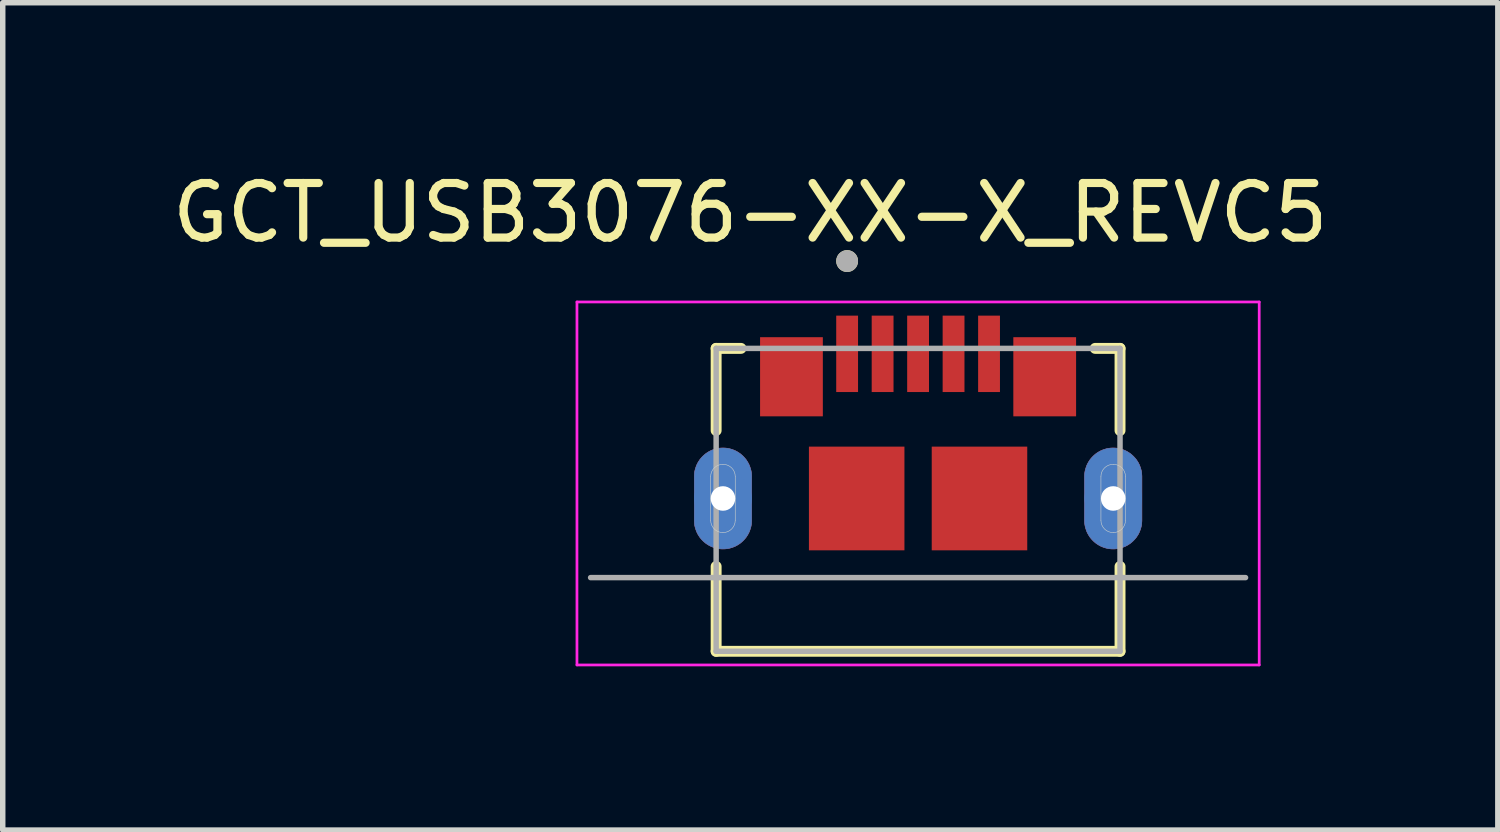
<source format=kicad_pcb>
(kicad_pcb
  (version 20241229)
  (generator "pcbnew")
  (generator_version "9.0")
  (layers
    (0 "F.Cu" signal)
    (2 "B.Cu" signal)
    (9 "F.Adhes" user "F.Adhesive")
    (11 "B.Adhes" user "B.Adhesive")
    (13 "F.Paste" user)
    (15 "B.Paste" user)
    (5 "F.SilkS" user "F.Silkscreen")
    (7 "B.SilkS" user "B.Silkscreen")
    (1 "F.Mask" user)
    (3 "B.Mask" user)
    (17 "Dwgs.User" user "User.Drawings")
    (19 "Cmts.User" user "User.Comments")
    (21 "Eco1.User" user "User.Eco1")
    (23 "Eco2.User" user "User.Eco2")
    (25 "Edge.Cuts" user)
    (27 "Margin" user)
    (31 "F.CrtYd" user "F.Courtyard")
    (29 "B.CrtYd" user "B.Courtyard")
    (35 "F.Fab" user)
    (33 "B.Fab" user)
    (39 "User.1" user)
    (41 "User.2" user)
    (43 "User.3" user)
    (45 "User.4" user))
  (footprint "GCT_USB3076-XX-X_REVC5"
    (layer "F.Cu")
    (at 13.771 6.083)
    (property "Reference" "GCT_USB3076-XX-X_REVC5" (at -3.075 -5.235 0) (layer "F.SilkS") (effects (font (size 1 1) (thickness 0.15))))
    (attr smd)
    (fp_poly (pts (xy -4.1 0) (xy -4.1 -0.4) (xy -4.099 -0.427) (xy -4.097 -0.455) (xy -4.094 -0.482) (xy -4.089 -0.509) (xy -4.082 -0.536) (xy -4.074 -0.562) (xy -4.065 -0.588) (xy -4.055 -0.614) (xy -4.043 -0.638) (xy -4.03 -0.663) (xy -4.015 -0.686) (xy -4 -0.709) (xy -3.983 -0.73) (xy -3.965 -0.751) (xy -3.946 -0.771) (xy -3.926 -0.79) (xy -3.905 -0.808) (xy -3.884 -0.825) (xy -3.861 -0.84) (xy -3.837 -0.855) (xy -3.813 -0.868) (xy -3.789 -0.88) (xy -3.763 -0.89) (xy -3.737 -0.899) (xy -3.711 -0.907) (xy -3.684 -0.914) (xy -3.657 -0.919) (xy -3.63 -0.922) (xy -3.602 -0.924) (xy -3.575 -0.925) (xy -3.548 -0.924) (xy -3.52 -0.922) (xy -3.493 -0.919) (xy -3.466 -0.914) (xy -3.439 -0.907) (xy -3.413 -0.899) (xy -3.387 -0.89) (xy -3.361 -0.88) (xy -3.337 -0.868) (xy -3.313 -0.855) (xy -3.289 -0.84) (xy -3.266 -0.825) (xy -3.245 -0.808) (xy -3.224 -0.79) (xy -3.204 -0.771) (xy -3.185 -0.751) (xy -3.167 -0.73) (xy -3.15 -0.709) (xy -3.135 -0.686) (xy -3.12 -0.662) (xy -3.107 -0.638) (xy -3.095 -0.614) (xy -3.085 -0.588) (xy -3.076 -0.562) (xy -3.068 -0.536) (xy -3.061 -0.509) (xy -3.056 -0.482) (xy -3.053 -0.455) (xy -3.051 -0.427) (xy -3.05 -0.4) (xy -3.05 0) (xy -3.05 0.4) (xy -3.051 0.427) (xy -3.053 0.455) (xy -3.056 0.482) (xy -3.061 0.509) (xy -3.068 0.536) (xy -3.076 0.562) (xy -3.085 0.588) (xy -3.095 0.614) (xy -3.107 0.638) (xy -3.12 0.662) (xy -3.135 0.686) (xy -3.15 0.709) (xy -3.167 0.73) (xy -3.185 0.751) (xy -3.204 0.771) (xy -3.224 0.79) (xy -3.245 0.808) (xy -3.266 0.825) (xy -3.289 0.84) (xy -3.313 0.855) (xy -3.337 0.868) (xy -3.361 0.88) (xy -3.387 0.89) (xy -3.413 0.899) (xy -3.439 0.907) (xy -3.466 0.914) (xy -3.493 0.919) (xy -3.52 0.922) (xy -3.548 0.924) (xy -3.575 0.925) (xy -3.602 0.924) (xy -3.63 0.922) (xy -3.657 0.919) (xy -3.684 0.914) (xy -3.711 0.907) (xy -3.737 0.899) (xy -3.763 0.89) (xy -3.789 0.88) (xy -3.813 0.868) (xy -3.837 0.855) (xy -3.861 0.84) (xy -3.884 0.825) (xy -3.905 0.808) (xy -3.926 0.79) (xy -3.946 0.771) (xy -3.965 0.751) (xy -3.983 0.73) (xy -4 0.709) (xy -4.015 0.686) (xy -4.03 0.663) (xy -4.043 0.638) (xy -4.055 0.614) (xy -4.065 0.588) (xy -4.074 0.562) (xy -4.082 0.536) (xy -4.089 0.509) (xy -4.094 0.482) (xy -4.097 0.455) (xy -4.099 0.427) (xy -4.1 0.4) (xy -4.1 0)) (stroke (width 0.01) (type solid)) (fill yes) (layer "F.Cu"))
    (fp_poly (pts (xy 3.05 0) (xy 3.05 -0.4) (xy 3.051 -0.427) (xy 3.053 -0.455) (xy 3.056 -0.482) (xy 3.061 -0.509) (xy 3.068 -0.536) (xy 3.076 -0.562) (xy 3.085 -0.588) (xy 3.095 -0.614) (xy 3.107 -0.638) (xy 3.12 -0.662) (xy 3.135 -0.686) (xy 3.15 -0.709) (xy 3.167 -0.73) (xy 3.185 -0.751) (xy 3.204 -0.771) (xy 3.224 -0.79) (xy 3.245 -0.808) (xy 3.266 -0.825) (xy 3.289 -0.84) (xy 3.313 -0.855) (xy 3.337 -0.868) (xy 3.361 -0.88) (xy 3.387 -0.89) (xy 3.413 -0.899) (xy 3.439 -0.907) (xy 3.466 -0.914) (xy 3.493 -0.919) (xy 3.52 -0.922) (xy 3.548 -0.924) (xy 3.575 -0.925) (xy 3.602 -0.924) (xy 3.63 -0.922) (xy 3.657 -0.919) (xy 3.684 -0.914) (xy 3.711 -0.907) (xy 3.737 -0.899) (xy 3.763 -0.89) (xy 3.789 -0.88) (xy 3.813 -0.868) (xy 3.837 -0.855) (xy 3.861 -0.84) (xy 3.884 -0.825) (xy 3.905 -0.808) (xy 3.926 -0.79) (xy 3.946 -0.771) (xy 3.965 -0.751) (xy 3.983 -0.73) (xy 4 -0.709) (xy 4.015 -0.686) (xy 4.03 -0.663) (xy 4.043 -0.638) (xy 4.055 -0.614) (xy 4.065 -0.588) (xy 4.074 -0.562) (xy 4.082 -0.536) (xy 4.089 -0.509) (xy 4.094 -0.482) (xy 4.097 -0.455) (xy 4.099 -0.427) (xy 4.1 -0.4) (xy 4.1 0) (xy 4.1 0.4) (xy 4.099 0.427) (xy 4.097 0.455) (xy 4.094 0.482) (xy 4.089 0.509) (xy 4.082 0.536) (xy 4.074 0.562) (xy 4.065 0.588) (xy 4.055 0.614) (xy 4.043 0.638) (xy 4.03 0.663) (xy 4.015 0.686) (xy 4 0.709) (xy 3.983 0.73) (xy 3.965 0.751) (xy 3.946 0.771) (xy 3.926 0.79) (xy 3.905 0.808) (xy 3.884 0.825) (xy 3.861 0.84) (xy 3.837 0.855) (xy 3.813 0.868) (xy 3.789 0.88) (xy 3.763 0.89) (xy 3.737 0.899) (xy 3.711 0.907) (xy 3.684 0.914) (xy 3.657 0.919) (xy 3.63 0.922) (xy 3.602 0.924) (xy 3.575 0.925) (xy 3.548 0.924) (xy 3.52 0.922) (xy 3.493 0.919) (xy 3.466 0.914) (xy 3.439 0.907) (xy 3.413 0.899) (xy 3.387 0.89) (xy 3.361 0.88) (xy 3.337 0.868) (xy 3.313 0.855) (xy 3.289 0.84) (xy 3.266 0.825) (xy 3.245 0.808) (xy 3.224 0.79) (xy 3.204 0.771) (xy 3.185 0.751) (xy 3.167 0.73) (xy 3.15 0.709) (xy 3.135 0.686) (xy 3.12 0.662) (xy 3.107 0.638) (xy 3.095 0.614) (xy 3.085 0.588) (xy 3.076 0.562) (xy 3.068 0.536) (xy 3.061 0.509) (xy 3.056 0.482) (xy 3.053 0.455) (xy 3.051 0.427) (xy 3.05 0.4) (xy 3.05 0)) (stroke (width 0.01) (type solid)) (fill yes) (layer "F.Cu"))
    (fp_poly (pts (xy -4.2 0) (xy -4.2 -0.4) (xy -4.199 -0.433) (xy -4.197 -0.465) (xy -4.192 -0.498) (xy -4.186 -0.53) (xy -4.179 -0.562) (xy -4.169 -0.593) (xy -4.158 -0.624) (xy -4.146 -0.654) (xy -4.132 -0.684) (xy -4.116 -0.712) (xy -4.099 -0.74) (xy -4.081 -0.767) (xy -4.061 -0.793) (xy -4.039 -0.818) (xy -4.017 -0.842) (xy -3.993 -0.864) (xy -3.968 -0.886) (xy -3.942 -0.906) (xy -3.915 -0.924) (xy -3.888 -0.941) (xy -3.859 -0.957) (xy -3.829 -0.971) (xy -3.799 -0.983) (xy -3.768 -0.994) (xy -3.737 -1.004) (xy -3.705 -1.011) (xy -3.673 -1.017) (xy -3.64 -1.022) (xy -3.608 -1.024) (xy -3.575 -1.025) (xy -3.542 -1.024) (xy -3.51 -1.022) (xy -3.477 -1.017) (xy -3.445 -1.011) (xy -3.413 -1.004) (xy -3.382 -0.994) (xy -3.351 -0.983) (xy -3.321 -0.971) (xy -3.291 -0.957) (xy -3.263 -0.941) (xy -3.235 -0.924) (xy -3.208 -0.906) (xy -3.182 -0.886) (xy -3.157 -0.864) (xy -3.133 -0.842) (xy -3.111 -0.818) (xy -3.089 -0.793) (xy -3.069 -0.767) (xy -3.051 -0.74) (xy -3.034 -0.712) (xy -3.018 -0.684) (xy -3.004 -0.654) (xy -2.992 -0.624) (xy -2.981 -0.593) (xy -2.971 -0.562) (xy -2.964 -0.53) (xy -2.958 -0.498) (xy -2.953 -0.465) (xy -2.951 -0.433) (xy -2.95 -0.4) (xy -2.95 0) (xy -2.95 0.4) (xy -2.951 0.433) (xy -2.953 0.465) (xy -2.958 0.498) (xy -2.964 0.53) (xy -2.971 0.562) (xy -2.981 0.593) (xy -2.992 0.624) (xy -3.004 0.654) (xy -3.018 0.684) (xy -3.034 0.712) (xy -3.051 0.74) (xy -3.069 0.767) (xy -3.089 0.793) (xy -3.111 0.818) (xy -3.133 0.842) (xy -3.157 0.864) (xy -3.182 0.886) (xy -3.208 0.906) (xy -3.235 0.924) (xy -3.263 0.941) (xy -3.291 0.957) (xy -3.321 0.971) (xy -3.351 0.983) (xy -3.382 0.994) (xy -3.413 1.004) (xy -3.445 1.011) (xy -3.477 1.017) (xy -3.51 1.022) (xy -3.542 1.024) (xy -3.575 1.025) (xy -3.608 1.024) (xy -3.64 1.022) (xy -3.673 1.017) (xy -3.705 1.011) (xy -3.737 1.004) (xy -3.768 0.994) (xy -3.799 0.983) (xy -3.829 0.971) (xy -3.859 0.957) (xy -3.888 0.941) (xy -3.915 0.924) (xy -3.942 0.906) (xy -3.968 0.886) (xy -3.993 0.864) (xy -4.017 0.842) (xy -4.039 0.818) (xy -4.061 0.793) (xy -4.081 0.767) (xy -4.099 0.74) (xy -4.116 0.712) (xy -4.132 0.684) (xy -4.146 0.654) (xy -4.158 0.624) (xy -4.169 0.593) (xy -4.179 0.562) (xy -4.186 0.53) (xy -4.192 0.498) (xy -4.197 0.465) (xy -4.199 0.433) (xy -4.2 0.4) (xy -4.2 0)) (stroke (width 0.01) (type solid)) (fill yes) (layer "F.Mask"))
    (fp_poly (pts (xy 2.95 0) (xy 2.95 -0.4) (xy 2.951 -0.433) (xy 2.953 -0.465) (xy 2.958 -0.498) (xy 2.964 -0.53) (xy 2.971 -0.562) (xy 2.981 -0.593) (xy 2.992 -0.624) (xy 3.004 -0.654) (xy 3.018 -0.684) (xy 3.034 -0.712) (xy 3.051 -0.74) (xy 3.069 -0.767) (xy 3.089 -0.793) (xy 3.111 -0.818) (xy 3.133 -0.842) (xy 3.157 -0.864) (xy 3.182 -0.886) (xy 3.208 -0.906) (xy 3.235 -0.924) (xy 3.263 -0.941) (xy 3.291 -0.957) (xy 3.321 -0.971) (xy 3.351 -0.983) (xy 3.382 -0.994) (xy 3.413 -1.004) (xy 3.445 -1.011) (xy 3.477 -1.017) (xy 3.51 -1.022) (xy 3.542 -1.024) (xy 3.575 -1.025) (xy 3.608 -1.024) (xy 3.64 -1.022) (xy 3.673 -1.017) (xy 3.705 -1.011) (xy 3.737 -1.004) (xy 3.768 -0.994) (xy 3.799 -0.983) (xy 3.829 -0.971) (xy 3.859 -0.957) (xy 3.888 -0.941) (xy 3.915 -0.924) (xy 3.942 -0.906) (xy 3.968 -0.886) (xy 3.993 -0.864) (xy 4.017 -0.842) (xy 4.039 -0.818) (xy 4.061 -0.793) (xy 4.081 -0.767) (xy 4.099 -0.74) (xy 4.116 -0.712) (xy 4.132 -0.684) (xy 4.146 -0.654) (xy 4.158 -0.624) (xy 4.169 -0.593) (xy 4.179 -0.562) (xy 4.186 -0.53) (xy 4.192 -0.498) (xy 4.197 -0.465) (xy 4.199 -0.433) (xy 4.2 -0.4) (xy 4.2 0) (xy 4.2 0.4) (xy 4.199 0.433) (xy 4.197 0.465) (xy 4.192 0.498) (xy 4.186 0.53) (xy 4.179 0.562) (xy 4.169 0.593) (xy 4.158 0.624) (xy 4.146 0.654) (xy 4.132 0.684) (xy 4.116 0.712) (xy 4.099 0.74) (xy 4.081 0.767) (xy 4.061 0.793) (xy 4.039 0.818) (xy 4.017 0.842) (xy 3.993 0.864) (xy 3.968 0.886) (xy 3.942 0.906) (xy 3.915 0.924) (xy 3.888 0.941) (xy 3.859 0.957) (xy 3.829 0.971) (xy 3.799 0.983) (xy 3.768 0.994) (xy 3.737 1.004) (xy 3.705 1.011) (xy 3.673 1.017) (xy 3.64 1.022) (xy 3.608 1.024) (xy 3.575 1.025) (xy 3.542 1.024) (xy 3.51 1.022) (xy 3.477 1.017) (xy 3.445 1.011) (xy 3.413 1.004) (xy 3.382 0.994) (xy 3.351 0.983) (xy 3.321 0.971) (xy 3.291 0.957) (xy 3.263 0.941) (xy 3.235 0.924) (xy 3.208 0.906) (xy 3.182 0.886) (xy 3.157 0.864) (xy 3.133 0.842) (xy 3.111 0.818) (xy 3.089 0.793) (xy 3.069 0.767) (xy 3.051 0.74) (xy 3.034 0.712) (xy 3.018 0.684) (xy 3.004 0.654) (xy 2.992 0.624) (xy 2.981 0.593) (xy 2.971 0.562) (xy 2.964 0.53) (xy 2.958 0.498) (xy 2.953 0.465) (xy 2.951 0.433) (xy 2.95 0.4) (xy 2.95 0)) (stroke (width 0.01) (type solid)) (fill yes) (layer "F.Mask"))
    (fp_poly (pts (xy -4.1 0) (xy -4.1 -0.4) (xy -4.099 -0.427) (xy -4.097 -0.455) (xy -4.094 -0.482) (xy -4.089 -0.509) (xy -4.082 -0.536) (xy -4.074 -0.562) (xy -4.065 -0.588) (xy -4.055 -0.614) (xy -4.043 -0.638) (xy -4.03 -0.663) (xy -4.015 -0.686) (xy -4 -0.709) (xy -3.983 -0.73) (xy -3.965 -0.751) (xy -3.946 -0.771) (xy -3.926 -0.79) (xy -3.905 -0.808) (xy -3.884 -0.825) (xy -3.861 -0.84) (xy -3.837 -0.855) (xy -3.813 -0.868) (xy -3.789 -0.88) (xy -3.763 -0.89) (xy -3.737 -0.899) (xy -3.711 -0.907) (xy -3.684 -0.914) (xy -3.657 -0.919) (xy -3.63 -0.922) (xy -3.602 -0.924) (xy -3.575 -0.925) (xy -3.548 -0.924) (xy -3.52 -0.922) (xy -3.493 -0.919) (xy -3.466 -0.914) (xy -3.439 -0.907) (xy -3.413 -0.899) (xy -3.387 -0.89) (xy -3.361 -0.88) (xy -3.337 -0.868) (xy -3.313 -0.855) (xy -3.289 -0.84) (xy -3.266 -0.825) (xy -3.245 -0.808) (xy -3.224 -0.79) (xy -3.204 -0.771) (xy -3.185 -0.751) (xy -3.167 -0.73) (xy -3.15 -0.709) (xy -3.135 -0.686) (xy -3.12 -0.662) (xy -3.107 -0.638) (xy -3.095 -0.614) (xy -3.085 -0.588) (xy -3.076 -0.562) (xy -3.068 -0.536) (xy -3.061 -0.509) (xy -3.056 -0.482) (xy -3.053 -0.455) (xy -3.051 -0.427) (xy -3.05 -0.4) (xy -3.05 0) (xy -3.05 0.4) (xy -3.051 0.427) (xy -3.053 0.455) (xy -3.056 0.482) (xy -3.061 0.509) (xy -3.068 0.536) (xy -3.076 0.562) (xy -3.085 0.588) (xy -3.095 0.614) (xy -3.107 0.638) (xy -3.12 0.662) (xy -3.135 0.686) (xy -3.15 0.709) (xy -3.167 0.73) (xy -3.185 0.751) (xy -3.204 0.771) (xy -3.224 0.79) (xy -3.245 0.808) (xy -3.266 0.825) (xy -3.289 0.84) (xy -3.313 0.855) (xy -3.337 0.868) (xy -3.361 0.88) (xy -3.387 0.89) (xy -3.413 0.899) (xy -3.439 0.907) (xy -3.466 0.914) (xy -3.493 0.919) (xy -3.52 0.922) (xy -3.548 0.924) (xy -3.575 0.925) (xy -3.602 0.924) (xy -3.63 0.922) (xy -3.657 0.919) (xy -3.684 0.914) (xy -3.711 0.907) (xy -3.737 0.899) (xy -3.763 0.89) (xy -3.789 0.88) (xy -3.813 0.868) (xy -3.837 0.855) (xy -3.861 0.84) (xy -3.884 0.825) (xy -3.905 0.808) (xy -3.926 0.79) (xy -3.946 0.771) (xy -3.965 0.751) (xy -3.983 0.73) (xy -4 0.709) (xy -4.015 0.686) (xy -4.03 0.663) (xy -4.043 0.638) (xy -4.055 0.614) (xy -4.065 0.588) (xy -4.074 0.562) (xy -4.082 0.536) (xy -4.089 0.509) (xy -4.094 0.482) (xy -4.097 0.455) (xy -4.099 0.427) (xy -4.1 0.4) (xy -4.1 0)) (stroke (width 0.01) (type solid)) (fill yes) (layer "B.Cu"))
    (fp_poly (pts (xy 3.05 0) (xy 3.05 -0.4) (xy 3.051 -0.427) (xy 3.053 -0.455) (xy 3.056 -0.482) (xy 3.061 -0.509) (xy 3.068 -0.536) (xy 3.076 -0.562) (xy 3.085 -0.588) (xy 3.095 -0.614) (xy 3.107 -0.638) (xy 3.12 -0.662) (xy 3.135 -0.686) (xy 3.15 -0.709) (xy 3.167 -0.73) (xy 3.185 -0.751) (xy 3.204 -0.771) (xy 3.224 -0.79) (xy 3.245 -0.808) (xy 3.266 -0.825) (xy 3.289 -0.84) (xy 3.313 -0.855) (xy 3.337 -0.868) (xy 3.361 -0.88) (xy 3.387 -0.89) (xy 3.413 -0.899) (xy 3.439 -0.907) (xy 3.466 -0.914) (xy 3.493 -0.919) (xy 3.52 -0.922) (xy 3.548 -0.924) (xy 3.575 -0.925) (xy 3.602 -0.924) (xy 3.63 -0.922) (xy 3.657 -0.919) (xy 3.684 -0.914) (xy 3.711 -0.907) (xy 3.737 -0.899) (xy 3.763 -0.89) (xy 3.789 -0.88) (xy 3.813 -0.868) (xy 3.837 -0.855) (xy 3.861 -0.84) (xy 3.884 -0.825) (xy 3.905 -0.808) (xy 3.926 -0.79) (xy 3.946 -0.771) (xy 3.965 -0.751) (xy 3.983 -0.73) (xy 4 -0.709) (xy 4.015 -0.686) (xy 4.03 -0.663) (xy 4.043 -0.638) (xy 4.055 -0.614) (xy 4.065 -0.588) (xy 4.074 -0.562) (xy 4.082 -0.536) (xy 4.089 -0.509) (xy 4.094 -0.482) (xy 4.097 -0.455) (xy 4.099 -0.427) (xy 4.1 -0.4) (xy 4.1 0) (xy 4.1 0.4) (xy 4.099 0.427) (xy 4.097 0.455) (xy 4.094 0.482) (xy 4.089 0.509) (xy 4.082 0.536) (xy 4.074 0.562) (xy 4.065 0.588) (xy 4.055 0.614) (xy 4.043 0.638) (xy 4.03 0.663) (xy 4.015 0.686) (xy 4 0.709) (xy 3.983 0.73) (xy 3.965 0.751) (xy 3.946 0.771) (xy 3.926 0.79) (xy 3.905 0.808) (xy 3.884 0.825) (xy 3.861 0.84) (xy 3.837 0.855) (xy 3.813 0.868) (xy 3.789 0.88) (xy 3.763 0.89) (xy 3.737 0.899) (xy 3.711 0.907) (xy 3.684 0.914) (xy 3.657 0.919) (xy 3.63 0.922) (xy 3.602 0.924) (xy 3.575 0.925) (xy 3.548 0.924) (xy 3.52 0.922) (xy 3.493 0.919) (xy 3.466 0.914) (xy 3.439 0.907) (xy 3.413 0.899) (xy 3.387 0.89) (xy 3.361 0.88) (xy 3.337 0.868) (xy 3.313 0.855) (xy 3.289 0.84) (xy 3.266 0.825) (xy 3.245 0.808) (xy 3.224 0.79) (xy 3.204 0.771) (xy 3.185 0.751) (xy 3.167 0.73) (xy 3.15 0.709) (xy 3.135 0.686) (xy 3.12 0.662) (xy 3.107 0.638) (xy 3.095 0.614) (xy 3.085 0.588) (xy 3.076 0.562) (xy 3.068 0.536) (xy 3.061 0.509) (xy 3.056 0.482) (xy 3.053 0.455) (xy 3.051 0.427) (xy 3.05 0.4) (xy 3.05 0)) (stroke (width 0.01) (type solid)) (fill yes) (layer "B.Cu"))
    (fp_poly (pts (xy -4.2 0) (xy -4.2 -0.4) (xy -4.199 -0.433) (xy -4.197 -0.465) (xy -4.192 -0.498) (xy -4.186 -0.53) (xy -4.179 -0.562) (xy -4.169 -0.593) (xy -4.158 -0.624) (xy -4.146 -0.654) (xy -4.132 -0.684) (xy -4.116 -0.712) (xy -4.099 -0.74) (xy -4.081 -0.767) (xy -4.061 -0.793) (xy -4.039 -0.818) (xy -4.017 -0.842) (xy -3.993 -0.864) (xy -3.968 -0.886) (xy -3.942 -0.906) (xy -3.915 -0.924) (xy -3.888 -0.941) (xy -3.859 -0.957) (xy -3.829 -0.971) (xy -3.799 -0.983) (xy -3.768 -0.994) (xy -3.737 -1.004) (xy -3.705 -1.011) (xy -3.673 -1.017) (xy -3.64 -1.022) (xy -3.608 -1.024) (xy -3.575 -1.025) (xy -3.542 -1.024) (xy -3.51 -1.022) (xy -3.477 -1.017) (xy -3.445 -1.011) (xy -3.413 -1.004) (xy -3.382 -0.994) (xy -3.351 -0.983) (xy -3.321 -0.971) (xy -3.291 -0.957) (xy -3.263 -0.941) (xy -3.235 -0.924) (xy -3.208 -0.906) (xy -3.182 -0.886) (xy -3.157 -0.864) (xy -3.133 -0.842) (xy -3.111 -0.818) (xy -3.089 -0.793) (xy -3.069 -0.767) (xy -3.051 -0.74) (xy -3.034 -0.712) (xy -3.018 -0.684) (xy -3.004 -0.654) (xy -2.992 -0.624) (xy -2.981 -0.593) (xy -2.971 -0.562) (xy -2.964 -0.53) (xy -2.958 -0.498) (xy -2.953 -0.465) (xy -2.951 -0.433) (xy -2.95 -0.4) (xy -2.95 0) (xy -2.95 0.4) (xy -2.951 0.433) (xy -2.953 0.465) (xy -2.958 0.498) (xy -2.964 0.53) (xy -2.971 0.562) (xy -2.981 0.593) (xy -2.992 0.624) (xy -3.004 0.654) (xy -3.018 0.684) (xy -3.034 0.712) (xy -3.051 0.74) (xy -3.069 0.767) (xy -3.089 0.793) (xy -3.111 0.818) (xy -3.133 0.842) (xy -3.157 0.864) (xy -3.182 0.886) (xy -3.208 0.906) (xy -3.235 0.924) (xy -3.263 0.941) (xy -3.291 0.957) (xy -3.321 0.971) (xy -3.351 0.983) (xy -3.382 0.994) (xy -3.413 1.004) (xy -3.445 1.011) (xy -3.477 1.017) (xy -3.51 1.022) (xy -3.542 1.024) (xy -3.575 1.025) (xy -3.608 1.024) (xy -3.64 1.022) (xy -3.673 1.017) (xy -3.705 1.011) (xy -3.737 1.004) (xy -3.768 0.994) (xy -3.799 0.983) (xy -3.829 0.971) (xy -3.859 0.957) (xy -3.888 0.941) (xy -3.915 0.924) (xy -3.942 0.906) (xy -3.968 0.886) (xy -3.993 0.864) (xy -4.017 0.842) (xy -4.039 0.818) (xy -4.061 0.793) (xy -4.081 0.767) (xy -4.099 0.74) (xy -4.116 0.712) (xy -4.132 0.684) (xy -4.146 0.654) (xy -4.158 0.624) (xy -4.169 0.593) (xy -4.179 0.562) (xy -4.186 0.53) (xy -4.192 0.498) (xy -4.197 0.465) (xy -4.199 0.433) (xy -4.2 0.4) (xy -4.2 0)) (stroke (width 0.01) (type solid)) (fill yes) (layer "B.Mask"))
    (fp_poly (pts (xy 2.95 0) (xy 2.95 -0.4) (xy 2.951 -0.433) (xy 2.953 -0.465) (xy 2.958 -0.498) (xy 2.964 -0.53) (xy 2.971 -0.562) (xy 2.981 -0.593) (xy 2.992 -0.624) (xy 3.004 -0.654) (xy 3.018 -0.684) (xy 3.034 -0.712) (xy 3.051 -0.74) (xy 3.069 -0.767) (xy 3.089 -0.793) (xy 3.111 -0.818) (xy 3.133 -0.842) (xy 3.157 -0.864) (xy 3.182 -0.886) (xy 3.208 -0.906) (xy 3.235 -0.924) (xy 3.263 -0.941) (xy 3.291 -0.957) (xy 3.321 -0.971) (xy 3.351 -0.983) (xy 3.382 -0.994) (xy 3.413 -1.004) (xy 3.445 -1.011) (xy 3.477 -1.017) (xy 3.51 -1.022) (xy 3.542 -1.024) (xy 3.575 -1.025) (xy 3.608 -1.024) (xy 3.64 -1.022) (xy 3.673 -1.017) (xy 3.705 -1.011) (xy 3.737 -1.004) (xy 3.768 -0.994) (xy 3.799 -0.983) (xy 3.829 -0.971) (xy 3.859 -0.957) (xy 3.888 -0.941) (xy 3.915 -0.924) (xy 3.942 -0.906) (xy 3.968 -0.886) (xy 3.993 -0.864) (xy 4.017 -0.842) (xy 4.039 -0.818) (xy 4.061 -0.793) (xy 4.081 -0.767) (xy 4.099 -0.74) (xy 4.116 -0.712) (xy 4.132 -0.684) (xy 4.146 -0.654) (xy 4.158 -0.624) (xy 4.169 -0.593) (xy 4.179 -0.562) (xy 4.186 -0.53) (xy 4.192 -0.498) (xy 4.197 -0.465) (xy 4.199 -0.433) (xy 4.2 -0.4) (xy 4.2 0) (xy 4.2 0.4) (xy 4.199 0.433) (xy 4.197 0.465) (xy 4.192 0.498) (xy 4.186 0.53) (xy 4.179 0.562) (xy 4.169 0.593) (xy 4.158 0.624) (xy 4.146 0.654) (xy 4.132 0.684) (xy 4.116 0.712) (xy 4.099 0.74) (xy 4.081 0.767) (xy 4.061 0.793) (xy 4.039 0.818) (xy 4.017 0.842) (xy 3.993 0.864) (xy 3.968 0.886) (xy 3.942 0.906) (xy 3.915 0.924) (xy 3.888 0.941) (xy 3.859 0.957) (xy 3.829 0.971) (xy 3.799 0.983) (xy 3.768 0.994) (xy 3.737 1.004) (xy 3.705 1.011) (xy 3.673 1.017) (xy 3.64 1.022) (xy 3.608 1.024) (xy 3.575 1.025) (xy 3.542 1.024) (xy 3.51 1.022) (xy 3.477 1.017) (xy 3.445 1.011) (xy 3.413 1.004) (xy 3.382 0.994) (xy 3.351 0.983) (xy 3.321 0.971) (xy 3.291 0.957) (xy 3.263 0.941) (xy 3.235 0.924) (xy 3.208 0.906) (xy 3.182 0.886) (xy 3.157 0.864) (xy 3.133 0.842) (xy 3.111 0.818) (xy 3.089 0.793) (xy 3.069 0.767) (xy 3.051 0.74) (xy 3.034 0.712) (xy 3.018 0.684) (xy 3.004 0.654) (xy 2.992 0.624) (xy 2.981 0.593) (xy 2.971 0.562) (xy 2.964 0.53) (xy 2.958 0.498) (xy 2.953 0.465) (xy 2.951 0.433) (xy 2.95 0.4) (xy 2.95 0)) (stroke (width 0.01) (type solid)) (fill yes) (layer "B.Mask"))
    (fp_line (start -3.7 -2.75) (end -3.245 -2.75) (stroke (width 0.2) (type solid)) (layer "F.SilkS"))
    (fp_line (start -3.7 -1.245) (end -3.7 -2.75) (stroke (width 0.2) (type solid)) (layer "F.SilkS"))
    (fp_line (start -3.7 2.8) (end -3.7 1.245) (stroke (width 0.2) (type solid)) (layer "F.SilkS"))
    (fp_line (start -3.7 2.8) (end 3.7 2.8) (stroke (width 0.2) (type solid)) (layer "F.SilkS"))
    (fp_line (start 3.245 -2.75) (end 3.7 -2.75) (stroke (width 0.2) (type solid)) (layer "F.SilkS"))
    (fp_line (start 3.7 -1.245) (end 3.7 -2.75) (stroke (width 0.2) (type solid)) (layer "F.SilkS"))
    (fp_line (start 3.7 2.8) (end 3.7 1.245) (stroke (width 0.2) (type solid)) (layer "F.SilkS"))
    (fp_circle (center -1.3 -4.35) (end -1.2 -4.35) (stroke (width 0.2) (type solid)) (fill no) (layer "F.SilkS"))
    (fp_line (start -3.8 0.4) (end -3.8 -0.401) (stroke (width 0.01) (type solid)) (layer "Edge.Cuts"))
    (fp_line (start -3.35 -0.402) (end -3.35 0.4) (stroke (width 0.01) (type solid)) (layer "Edge.Cuts"))
    (fp_line (start 3.35 0.4) (end 3.35 -0.401) (stroke (width 0.01) (type solid)) (layer "Edge.Cuts"))
    (fp_line (start 3.8 -0.402) (end 3.8 0.4) (stroke (width 0.01) (type solid)) (layer "Edge.Cuts"))
    (fp_arc (start -3.8 -0.401) (mid -3.734099 -0.560099) (end -3.575 -0.626) (stroke (width 0.01) (type solid)) (layer "Edge.Cuts"))
    (fp_arc (start -3.575 -0.626) (mid -3.416108 -0.560599) (end -3.35 -0.402) (stroke (width 0.01) (type solid)) (layer "Edge.Cuts"))
    (fp_arc (start -3.575 0.625) (mid -3.734099 0.559099) (end -3.8 0.4) (stroke (width 0.01) (type solid)) (layer "Edge.Cuts"))
    (fp_arc (start -3.35 0.4) (mid -3.415901 0.559099) (end -3.575 0.625) (stroke (width 0.01) (type solid)) (layer "Edge.Cuts"))
    (fp_arc (start 3.35 -0.401) (mid 3.415901 -0.560099) (end 3.575 -0.626) (stroke (width 0.01) (type solid)) (layer "Edge.Cuts"))
    (fp_arc (start 3.575 -0.626) (mid 3.733892 -0.560599) (end 3.8 -0.402) (stroke (width 0.01) (type solid)) (layer "Edge.Cuts"))
    (fp_arc (start 3.575 0.625) (mid 3.415901 0.559099) (end 3.35 0.4) (stroke (width 0.01) (type solid)) (layer "Edge.Cuts"))
    (fp_arc (start 3.8 0.4) (mid 3.734099 0.559099) (end 3.575 0.625) (stroke (width 0.01) (type solid)) (layer "Edge.Cuts"))
    (fp_line (start -6.25 -3.6) (end -6.25 3.05) (stroke (width 0.05) (type solid)) (layer "F.CrtYd"))
    (fp_line (start -6.25 3.05) (end 6.25 3.05) (stroke (width 0.05) (type solid)) (layer "F.CrtYd"))
    (fp_line (start 6.25 -3.6) (end -6.25 -3.6) (stroke (width 0.05) (type solid)) (layer "F.CrtYd"))
    (fp_line (start 6.25 3.05) (end 6.25 -3.6) (stroke (width 0.05) (type solid)) (layer "F.CrtYd"))
    (fp_line (start -6 1.45) (end 6 1.45) (stroke (width 0.1) (type solid)) (layer "F.Fab"))
    (fp_line (start -3.7 -2.75) (end 3.7 -2.75) (stroke (width 0.1) (type solid)) (layer "F.Fab"))
    (fp_line (start -3.7 2.8) (end -3.7 -2.75) (stroke (width 0.1) (type solid)) (layer "F.Fab"))
    (fp_line (start -3.7 2.8) (end 3.7 2.8) (stroke (width 0.1) (type solid)) (layer "F.Fab"))
    (fp_line (start 3.7 2.8) (end 3.7 -2.75) (stroke (width 0.1) (type solid)) (layer "F.Fab"))
    (fp_circle (center -1.3 -4.35) (end -1.2 -4.35) (stroke (width 0.2) (type solid)) (fill no) (layer "F.Fab"))
    (pad "1" smd rect (at -1.3 -2.65) (size 0.4 1.4) (layers "F.Cu" "F.Mask" "F.Paste"))
    (pad "2" smd rect (at -0.65 -2.65) (size 0.4 1.4) (layers "F.Cu" "F.Mask" "F.Paste"))
    (pad "3" smd rect (at 0 -2.65) (size 0.4 1.4) (layers "F.Cu" "F.Mask" "F.Paste"))
    (pad "4" smd rect (at 0.65 -2.65) (size 0.4 1.4) (layers "F.Cu" "F.Mask" "F.Paste"))
    (pad "5" smd rect (at 1.3 -2.65) (size 0.4 1.4) (layers "F.Cu" "F.Mask" "F.Paste"))
    (pad "6" thru_hole circle (at -3.575 0) (size 1.05 1.05) (drill 0.45) (layers "*.Cu"))
    (pad "7" thru_hole circle (at 3.575 0) (size 1.05 1.05) (drill 0.45) (layers "*.Cu"))
    (pad "8" smd rect (at -2.32 -2.23) (size 1.15 1.45) (layers "F.Cu" "F.Mask" "F.Paste"))
    (pad "9" smd rect (at 2.32 -2.23) (size 1.15 1.45) (layers "F.Cu" "F.Mask" "F.Paste"))
    (pad "10" smd rect (at -1.125 0) (size 1.75 1.9) (layers "F.Cu" "F.Mask" "F.Paste"))
    (pad "11" smd rect (at 1.125 0) (size 1.75 1.9) (layers "F.Cu" "F.Mask" "F.Paste")))
  (gr_rect
    (start -3 -3)
    (end 24.393 12.158)
    (stroke (width 0.1) (type default))
    (fill no)
    (layer "Edge.Cuts")))
</source>
